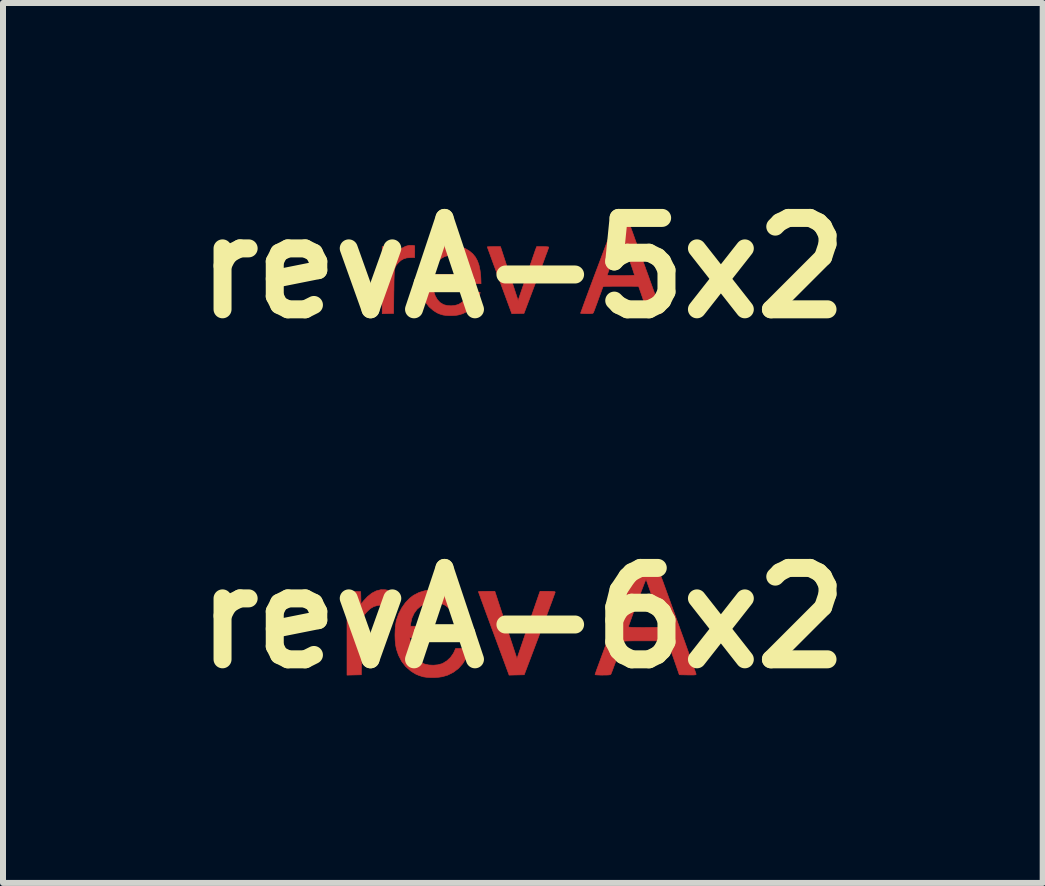
<source format=kicad_pcb>
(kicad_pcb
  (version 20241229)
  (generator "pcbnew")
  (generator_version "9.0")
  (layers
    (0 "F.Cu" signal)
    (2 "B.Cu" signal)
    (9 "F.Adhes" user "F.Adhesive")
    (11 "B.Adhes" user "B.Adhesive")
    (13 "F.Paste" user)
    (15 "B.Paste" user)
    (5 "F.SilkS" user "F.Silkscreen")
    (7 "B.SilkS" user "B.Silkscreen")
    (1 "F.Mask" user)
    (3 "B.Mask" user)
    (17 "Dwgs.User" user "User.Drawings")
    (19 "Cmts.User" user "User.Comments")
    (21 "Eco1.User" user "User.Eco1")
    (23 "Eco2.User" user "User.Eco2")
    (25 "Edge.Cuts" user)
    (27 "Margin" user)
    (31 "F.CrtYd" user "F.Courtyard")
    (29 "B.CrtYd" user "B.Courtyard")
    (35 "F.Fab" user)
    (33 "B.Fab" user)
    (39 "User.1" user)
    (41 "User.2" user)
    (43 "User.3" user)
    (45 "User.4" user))
  (footprint "revA-5x2"
    (layer "F.Cu")
    (at 5.668 1.418)
    (property "Reference" "revA-5x2" (at 0 0 0) (layer "F.SilkS") (effects (font (size 1.524 1.524) (thickness 0.3))))
    (attr through_hole)
    (fp_poly (pts (xy -1.836 -0.376) (xy -1.803 -0.37) (xy -1.803 -0.272) (xy -1.804 -0.174) (xy -1.873 -0.173) (xy -1.937 -0.168) (xy -1.989 -0.152) (xy -2.035 -0.125) (xy -2.07 -0.092) (xy -2.088 -0.073) (xy -2.102 -0.057) (xy -2.114 -0.041) (xy -2.124 -0.023) (xy -2.131 -0.003) (xy -2.137 0.022) (xy -2.141 0.054) (xy -2.144 0.094) (xy -2.146 0.143) (xy -2.148 0.204) (xy -2.149 0.277) (xy -2.15 0.366) (xy -2.151 0.394) (xy -2.155 0.758) (xy -2.345 0.763) (xy -2.345 -0.356) (xy -2.163 -0.351) (xy -2.161 -0.268) (xy -2.158 -0.186) (xy -2.126 -0.226) (xy -2.071 -0.286) (xy -2.014 -0.331) (xy -1.954 -0.362) (xy -1.895 -0.377) (xy -1.836 -0.376)) (stroke (width 0.01) (type solid)) (fill yes) (layer "F.Cu"))
    (fp_poly (pts (xy -0.284 -0.083) (xy -0.259 -0.007) (xy -0.233 0.072) (xy -0.207 0.152) (xy -0.182 0.228) (xy -0.16 0.296) (xy -0.141 0.354) (xy -0.137 0.367) (xy -0.079 0.543) (xy 0.059 0.138) (xy 0.087 0.057) (xy 0.113 -0.02) (xy 0.138 -0.092) (xy 0.16 -0.156) (xy 0.179 -0.212) (xy 0.195 -0.257) (xy 0.206 -0.291) (xy 0.213 -0.31) (xy 0.214 -0.311) (xy 0.23 -0.356) (xy 0.331 -0.356) (xy 0.376 -0.355) (xy 0.407 -0.353) (xy 0.425 -0.351) (xy 0.431 -0.346) (xy 0.431 -0.345) (xy 0.429 -0.336) (xy 0.42 -0.311) (xy 0.407 -0.274) (xy 0.388 -0.225) (xy 0.366 -0.165) (xy 0.341 -0.096) (xy 0.312 -0.019) (xy 0.28 0.064) (xy 0.247 0.153) (xy 0.225 0.212) (xy 0.019 0.758) (xy -0.082 0.76) (xy -0.184 0.762) (xy -0.388 0.208) (xy -0.422 0.116) (xy -0.454 0.028) (xy -0.485 -0.054) (xy -0.512 -0.128) (xy -0.536 -0.194) (xy -0.556 -0.25) (xy -0.573 -0.295) (xy -0.585 -0.328) (xy -0.591 -0.347) (xy -0.593 -0.351) (xy -0.585 -0.353) (xy -0.563 -0.354) (xy -0.531 -0.355) (xy -0.491 -0.356) (xy -0.483 -0.356) (xy -0.373 -0.356) (xy -0.284 -0.083)) (stroke (width 0.01) (type solid)) (fill yes) (layer "F.Cu"))
    (fp_poly (pts (xy -1.129 -0.372) (xy -1.043 -0.356) (xy -0.963 -0.325) (xy -0.959 -0.323) (xy -0.892 -0.283) (xy -0.837 -0.237) (xy -0.792 -0.183) (xy -0.757 -0.119) (xy -0.731 -0.045) (xy -0.713 0.042) (xy -0.702 0.143) (xy -0.7 0.18) (xy -0.697 0.262) (xy -1.508 0.262) (xy -1.503 0.303) (xy -1.486 0.392) (xy -1.46 0.468) (xy -1.425 0.528) (xy -1.382 0.575) (xy -1.329 0.608) (xy -1.31 0.615) (xy -1.255 0.628) (xy -1.194 0.631) (xy -1.133 0.625) (xy -1.08 0.61) (xy -1.07 0.606) (xy -1.014 0.572) (xy -0.965 0.526) (xy -0.927 0.473) (xy -0.919 0.456) (xy -0.897 0.406) (xy -0.712 0.406) (xy -0.717 0.434) (xy -0.722 0.454) (xy -0.734 0.484) (xy -0.749 0.518) (xy -0.756 0.533) (xy -0.802 0.609) (xy -0.859 0.674) (xy -0.927 0.725) (xy -1.004 0.763) (xy -1.073 0.783) (xy -1.12 0.791) (xy -1.175 0.794) (xy -1.232 0.794) (xy -1.285 0.791) (xy -1.328 0.785) (xy -1.335 0.783) (xy -1.385 0.768) (xy -1.427 0.75) (xy -1.468 0.725) (xy -1.496 0.706) (xy -1.562 0.649) (xy -1.616 0.579) (xy -1.659 0.498) (xy -1.687 0.416) (xy -1.697 0.363) (xy -1.703 0.299) (xy -1.705 0.229) (xy -1.704 0.158) (xy -1.699 0.11) (xy -1.501 0.11) (xy -0.895 0.11) (xy -0.9 0.07) (xy -0.916 -0.008) (xy -0.944 -0.074) (xy -0.983 -0.127) (xy -1.033 -0.168) (xy -1.093 -0.196) (xy -1.1 -0.198) (xy -1.171 -0.211) (xy -1.239 -0.208) (xy -1.303 -0.191) (xy -1.36 -0.16) (xy -1.41 -0.117) (xy -1.451 -0.063) (xy -1.48 0.002) (xy -1.495 0.07) (xy -1.501 0.11) (xy -1.699 0.11) (xy -1.698 0.092) (xy -1.688 0.036) (xy -1.686 0.03) (xy -1.657 -0.054) (xy -1.616 -0.133) (xy -1.566 -0.204) (xy -1.509 -0.264) (xy -1.459 -0.302) (xy -1.384 -0.34) (xy -1.302 -0.364) (xy -1.216 -0.375) (xy -1.129 -0.372)) (stroke (width 0.01) (type solid)) (fill yes) (layer "F.Cu"))
    (fp_poly (pts (xy 1.776 -0.739) (xy 1.78 -0.727) (xy 1.79 -0.701) (xy 1.804 -0.662) (xy 1.823 -0.61) (xy 1.846 -0.547) (xy 1.872 -0.473) (xy 1.902 -0.391) (xy 1.935 -0.301) (xy 1.97 -0.204) (xy 2.007 -0.102) (xy 2.046 0.004) (xy 2.048 0.011) (xy 2.087 0.117) (xy 2.123 0.219) (xy 2.158 0.316) (xy 2.19 0.405) (xy 2.22 0.487) (xy 2.246 0.56) (xy 2.268 0.623) (xy 2.286 0.674) (xy 2.299 0.713) (xy 2.308 0.739) (xy 2.311 0.75) (xy 2.311 0.75) (xy 2.309 0.755) (xy 2.3 0.758) (xy 2.282 0.76) (xy 2.253 0.761) (xy 2.209 0.76) (xy 2.199 0.76) (xy 2.088 0.758) (xy 2.009 0.533) (xy 1.989 0.475) (xy 1.971 0.423) (xy 1.955 0.377) (xy 1.943 0.342) (xy 1.934 0.318) (xy 1.931 0.307) (xy 1.931 0.307) (xy 1.922 0.306) (xy 1.899 0.306) (xy 1.863 0.306) (xy 1.815 0.305) (xy 1.759 0.305) (xy 1.695 0.305) (xy 1.635 0.305) (xy 1.556 0.305) (xy 1.493 0.305) (xy 1.443 0.306) (xy 1.405 0.306) (xy 1.377 0.307) (xy 1.358 0.309) (xy 1.345 0.311) (xy 1.338 0.314) (xy 1.335 0.318) (xy 1.334 0.32) (xy 1.329 0.331) (xy 1.32 0.357) (xy 1.307 0.393) (xy 1.29 0.439) (xy 1.271 0.491) (xy 1.256 0.533) (xy 1.236 0.589) (xy 1.217 0.639) (xy 1.201 0.683) (xy 1.188 0.717) (xy 1.179 0.739) (xy 1.176 0.747) (xy 1.17 0.753) (xy 1.16 0.758) (xy 1.143 0.76) (xy 1.114 0.762) (xy 1.072 0.762) (xy 1.067 0.762) (xy 1.028 0.761) (xy 0.995 0.76) (xy 0.972 0.758) (xy 0.963 0.756) (xy 0.965 0.747) (xy 0.973 0.724) (xy 0.987 0.687) (xy 1.005 0.637) (xy 1.027 0.576) (xy 1.053 0.505) (xy 1.083 0.424) (xy 1.116 0.335) (xy 1.152 0.239) (xy 1.19 0.137) (xy 1.198 0.116) (xy 1.407 0.116) (xy 1.41 0.12) (xy 1.42 0.122) (xy 1.44 0.124) (xy 1.472 0.126) (xy 1.516 0.126) (xy 1.574 0.127) (xy 1.633 0.127) (xy 1.697 0.127) (xy 1.753 0.126) (xy 1.8 0.125) (xy 1.835 0.123) (xy 1.856 0.121) (xy 1.863 0.119) (xy 1.86 0.11) (xy 1.852 0.087) (xy 1.841 0.052) (xy 1.826 0.007) (xy 1.808 -0.045) (xy 1.788 -0.103) (xy 1.767 -0.164) (xy 1.746 -0.226) (xy 1.725 -0.287) (xy 1.704 -0.345) (xy 1.686 -0.397) (xy 1.67 -0.443) (xy 1.657 -0.479) (xy 1.648 -0.503) (xy 1.644 -0.514) (xy 1.644 -0.514) (xy 1.64 -0.508) (xy 1.631 -0.488) (xy 1.618 -0.455) (xy 1.6 -0.411) (xy 1.58 -0.358) (xy 1.557 -0.297) (xy 1.532 -0.229) (xy 1.505 -0.157) (xy 1.478 -0.081) (xy 1.45 -0.004) (xy 1.423 0.072) (xy 1.407 0.116) (xy 1.198 0.116) (xy 1.23 0.031) (xy 1.244 -0.006) (xy 1.528 -0.762) (xy 1.648 -0.762) (xy 1.768 -0.762) (xy 1.776 -0.739)) (stroke (width 0.01) (type solid)) (fill yes) (layer "F.Cu")))
  (footprint "revA-6x2"
    (layer "F.Cu")
    (at 5.668 7.254)
    (property "Reference" "revA-6x2" (at 0 0 0) (layer "F.SilkS") (effects (font (size 1.524 1.524) (thickness 0.3))))
    (attr through_hole)
    (fp_poly (pts (xy -2.295 -0.47) (xy -2.254 -0.463) (xy -2.254 -0.34) (xy -2.254 -0.217) (xy -2.342 -0.216) (xy -2.421 -0.209) (xy -2.487 -0.19) (xy -2.544 -0.156) (xy -2.588 -0.115) (xy -2.61 -0.092) (xy -2.628 -0.071) (xy -2.643 -0.051) (xy -2.655 -0.029) (xy -2.664 -0.003) (xy -2.671 0.028) (xy -2.677 0.067) (xy -2.68 0.117) (xy -2.683 0.179) (xy -2.685 0.255) (xy -2.686 0.347) (xy -2.688 0.458) (xy -2.688 0.492) (xy -2.693 0.947) (xy -2.813 0.95) (xy -2.932 0.953) (xy -2.932 -0.445) (xy -2.704 -0.439) (xy -2.701 -0.336) (xy -2.698 -0.232) (xy -2.658 -0.283) (xy -2.589 -0.357) (xy -2.517 -0.414) (xy -2.443 -0.452) (xy -2.368 -0.471) (xy -2.295 -0.47)) (stroke (width 0.01) (type solid)) (fill yes) (layer "F.Cu"))
    (fp_poly (pts (xy -0.355 -0.103) (xy -0.324 -0.009) (xy -0.292 0.09) (xy -0.259 0.19) (xy -0.228 0.285) (xy -0.2 0.37) (xy -0.176 0.442) (xy -0.171 0.458) (xy -0.098 0.678) (xy 0.074 0.172) (xy 0.109 0.072) (xy 0.142 -0.025) (xy 0.172 -0.114) (xy 0.2 -0.195) (xy 0.224 -0.265) (xy 0.244 -0.322) (xy 0.258 -0.363) (xy 0.266 -0.387) (xy 0.267 -0.389) (xy 0.287 -0.445) (xy 0.414 -0.445) (xy 0.471 -0.444) (xy 0.509 -0.442) (xy 0.531 -0.438) (xy 0.539 -0.433) (xy 0.539 -0.431) (xy 0.536 -0.419) (xy 0.525 -0.389) (xy 0.508 -0.343) (xy 0.486 -0.281) (xy 0.458 -0.207) (xy 0.426 -0.12) (xy 0.39 -0.024) (xy 0.351 0.081) (xy 0.309 0.192) (xy 0.281 0.265) (xy 0.023 0.947) (xy -0.103 0.95) (xy -0.229 0.953) (xy -0.485 0.26) (xy -0.528 0.145) (xy -0.568 0.035) (xy -0.606 -0.067) (xy -0.64 -0.16) (xy -0.67 -0.243) (xy -0.696 -0.313) (xy -0.716 -0.369) (xy -0.731 -0.41) (xy -0.739 -0.433) (xy -0.741 -0.439) (xy -0.731 -0.441) (xy -0.704 -0.443) (xy -0.663 -0.444) (xy -0.613 -0.444) (xy -0.604 -0.445) (xy -0.467 -0.445) (xy -0.355 -0.103)) (stroke (width 0.01) (type solid)) (fill yes) (layer "F.Cu"))
    (fp_poly (pts (xy -1.411 -0.466) (xy -1.304 -0.445) (xy -1.203 -0.406) (xy -1.198 -0.403) (xy -1.115 -0.354) (xy -1.046 -0.297) (xy -0.99 -0.229) (xy -0.946 -0.149) (xy -0.913 -0.056) (xy -0.891 0.053) (xy -0.878 0.179) (xy -0.875 0.225) (xy -0.871 0.328) (xy -1.885 0.328) (xy -1.879 0.378) (xy -1.857 0.49) (xy -1.825 0.584) (xy -1.782 0.661) (xy -1.727 0.719) (xy -1.661 0.759) (xy -1.637 0.769) (xy -1.568 0.784) (xy -1.492 0.788) (xy -1.417 0.781) (xy -1.35 0.763) (xy -1.338 0.758) (xy -1.267 0.715) (xy -1.206 0.658) (xy -1.159 0.591) (xy -1.148 0.57) (xy -1.121 0.508) (xy -0.89 0.508) (xy -0.896 0.542) (xy -0.903 0.567) (xy -0.917 0.605) (xy -0.936 0.648) (xy -0.945 0.667) (xy -1.003 0.762) (xy -1.074 0.842) (xy -1.159 0.906) (xy -1.255 0.954) (xy -1.341 0.979) (xy -1.4 0.988) (xy -1.469 0.993) (xy -1.54 0.993) (xy -1.607 0.989) (xy -1.661 0.981) (xy -1.669 0.979) (xy -1.731 0.959) (xy -1.784 0.937) (xy -1.835 0.906) (xy -1.87 0.883) (xy -1.952 0.811) (xy -2.02 0.724) (xy -2.073 0.622) (xy -2.108 0.52) (xy -2.121 0.454) (xy -2.129 0.374) (xy -2.132 0.286) (xy -2.129 0.198) (xy -2.124 0.138) (xy -1.876 0.138) (xy -1.119 0.138) (xy -1.125 0.087) (xy -1.145 -0.01) (xy -1.18 -0.092) (xy -1.229 -0.159) (xy -1.291 -0.21) (xy -1.367 -0.245) (xy -1.375 -0.248) (xy -1.464 -0.264) (xy -1.549 -0.26) (xy -1.628 -0.239) (xy -1.7 -0.2) (xy -1.763 -0.146) (xy -1.813 -0.078) (xy -1.85 0.002) (xy -1.869 0.087) (xy -1.876 0.138) (xy -2.124 0.138) (xy -2.122 0.115) (xy -2.11 0.046) (xy -2.108 0.037) (xy -2.071 -0.068) (xy -2.02 -0.167) (xy -1.958 -0.255) (xy -1.886 -0.33) (xy -1.824 -0.377) (xy -1.731 -0.425) (xy -1.628 -0.456) (xy -1.52 -0.469) (xy -1.411 -0.466)) (stroke (width 0.01) (type solid)) (fill yes) (layer "F.Cu"))
    (fp_poly (pts (xy 2.22 -0.923) (xy 2.225 -0.909) (xy 2.237 -0.877) (xy 2.255 -0.827) (xy 2.279 -0.762) (xy 2.307 -0.683) (xy 2.341 -0.592) (xy 2.378 -0.489) (xy 2.419 -0.376) (xy 2.463 -0.255) (xy 2.509 -0.127) (xy 2.557 0.006) (xy 2.56 0.014) (xy 2.608 0.147) (xy 2.654 0.274) (xy 2.698 0.395) (xy 2.738 0.507) (xy 2.774 0.609) (xy 2.807 0.7) (xy 2.835 0.779) (xy 2.857 0.843) (xy 2.874 0.892) (xy 2.885 0.924) (xy 2.889 0.937) (xy 2.889 0.938) (xy 2.886 0.944) (xy 2.875 0.948) (xy 2.853 0.95) (xy 2.816 0.951) (xy 2.762 0.95) (xy 2.749 0.95) (xy 2.609 0.947) (xy 2.512 0.667) (xy 2.486 0.594) (xy 2.463 0.528) (xy 2.444 0.472) (xy 2.428 0.427) (xy 2.418 0.397) (xy 2.413 0.384) (xy 2.413 0.384) (xy 2.403 0.383) (xy 2.374 0.382) (xy 2.329 0.382) (xy 2.269 0.382) (xy 2.198 0.381) (xy 2.118 0.381) (xy 2.044 0.381) (xy 1.945 0.381) (xy 1.866 0.381) (xy 1.803 0.382) (xy 1.756 0.383) (xy 1.721 0.384) (xy 1.697 0.386) (xy 1.682 0.389) (xy 1.673 0.393) (xy 1.668 0.397) (xy 1.667 0.4) (xy 1.662 0.414) (xy 1.65 0.446) (xy 1.633 0.492) (xy 1.612 0.549) (xy 1.589 0.614) (xy 1.57 0.667) (xy 1.545 0.736) (xy 1.521 0.799) (xy 1.501 0.854) (xy 1.485 0.896) (xy 1.474 0.924) (xy 1.47 0.934) (xy 1.463 0.942) (xy 1.45 0.947) (xy 1.428 0.95) (xy 1.393 0.952) (xy 1.34 0.952) (xy 1.334 0.953) (xy 1.284 0.952) (xy 1.243 0.95) (xy 1.215 0.948) (xy 1.204 0.945) (xy 1.207 0.934) (xy 1.217 0.904) (xy 1.233 0.858) (xy 1.256 0.796) (xy 1.284 0.72) (xy 1.317 0.631) (xy 1.354 0.53) (xy 1.395 0.419) (xy 1.44 0.299) (xy 1.488 0.172) (xy 1.497 0.146) (xy 1.759 0.146) (xy 1.762 0.15) (xy 1.775 0.153) (xy 1.8 0.155) (xy 1.84 0.157) (xy 1.895 0.158) (xy 1.967 0.159) (xy 2.041 0.159) (xy 2.121 0.158) (xy 2.191 0.157) (xy 2.25 0.156) (xy 2.293 0.154) (xy 2.32 0.152) (xy 2.328 0.149) (xy 2.325 0.137) (xy 2.316 0.108) (xy 2.301 0.064) (xy 2.282 0.009) (xy 2.26 -0.057) (xy 2.235 -0.129) (xy 2.209 -0.205) (xy 2.182 -0.282) (xy 2.156 -0.358) (xy 2.13 -0.431) (xy 2.107 -0.497) (xy 2.087 -0.554) (xy 2.071 -0.598) (xy 2.06 -0.629) (xy 2.055 -0.642) (xy 2.055 -0.642) (xy 2.05 -0.635) (xy 2.039 -0.61) (xy 2.022 -0.569) (xy 2.001 -0.514) (xy 1.975 -0.447) (xy 1.946 -0.371) (xy 1.915 -0.286) (xy 1.881 -0.196) (xy 1.847 -0.101) (xy 1.813 -0.005) (xy 1.779 0.09) (xy 1.759 0.146) (xy 1.497 0.146) (xy 1.538 0.038) (xy 1.555 -0.008) (xy 1.91 -0.952) (xy 2.06 -0.952) (xy 2.21 -0.953) (xy 2.22 -0.923)) (stroke (width 0.01) (type solid)) (fill yes) (layer "F.Cu")))
  (gr_rect
    (start -3 -3)
    (end 14.336 11.672)
    (stroke (width 0.1) (type default))
    (fill no)
    (layer "Edge.Cuts")))
</source>
